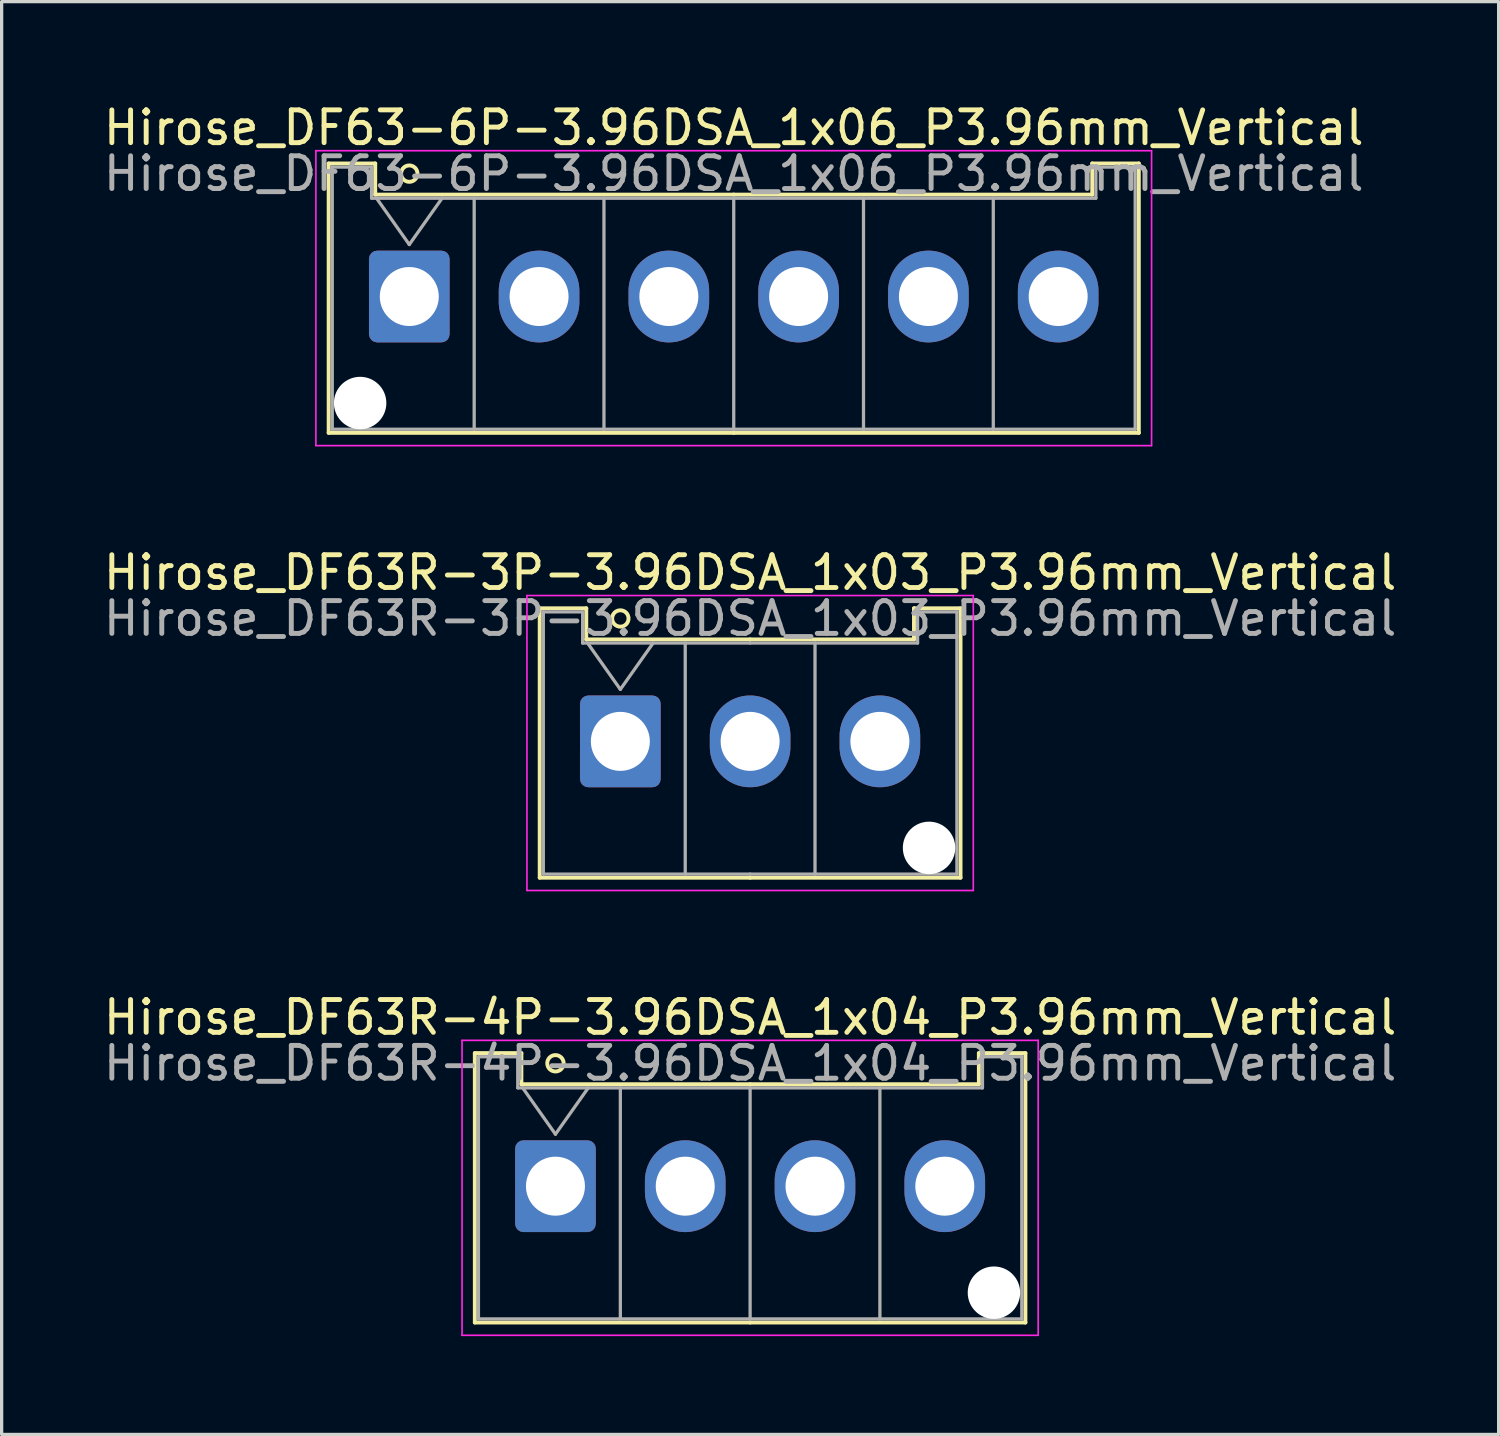
<source format=kicad_pcb>
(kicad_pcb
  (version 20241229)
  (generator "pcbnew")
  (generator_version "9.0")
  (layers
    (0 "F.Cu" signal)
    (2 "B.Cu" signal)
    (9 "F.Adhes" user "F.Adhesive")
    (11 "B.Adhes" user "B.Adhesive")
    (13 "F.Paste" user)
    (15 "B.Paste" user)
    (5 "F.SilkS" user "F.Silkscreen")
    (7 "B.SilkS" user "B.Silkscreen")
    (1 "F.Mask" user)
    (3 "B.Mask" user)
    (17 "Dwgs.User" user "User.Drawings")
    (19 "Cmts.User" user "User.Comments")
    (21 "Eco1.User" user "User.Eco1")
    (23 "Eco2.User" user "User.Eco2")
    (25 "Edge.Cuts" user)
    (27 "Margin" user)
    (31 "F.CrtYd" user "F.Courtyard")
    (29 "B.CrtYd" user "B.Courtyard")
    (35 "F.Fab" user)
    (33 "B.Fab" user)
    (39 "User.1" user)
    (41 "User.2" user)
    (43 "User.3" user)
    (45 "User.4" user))
  (footprint "Hirose_DF63-6P-3.96DSA_1x06_P3.96mm_Vertical"
    (layer "F.Cu")
    (at 9.439 5.998)
    (property "Reference" "Hirose_DF63-6P-3.96DSA_1x06_P3.96mm_Vertical" (at 9.9 -5.15 0) (layer "F.SilkS") (effects (font (size 1 1) (thickness 0.15))))
    (attr through_hole)
    (fp_line (start -2.46 -4.06) (end -1.04 -4.06) (stroke (width 0.12) (type solid)) (layer "F.SilkS"))
    (fp_line (start -2.46 4.16) (end -2.46 -4.06) (stroke (width 0.12) (type solid)) (layer "F.SilkS"))
    (fp_line (start -1.04 -4.06) (end -1.04 -3.11) (stroke (width 0.12) (type solid)) (layer "F.SilkS"))
    (fp_line (start -1.04 -3.11) (end 9.9 -3.11) (stroke (width 0.12) (type solid)) (layer "F.SilkS"))
    (fp_line (start 9.9 4.16) (end -2.46 4.16) (stroke (width 0.12) (type solid)) (layer "F.SilkS"))
    (fp_line (start 9.9 4.16) (end 22.26 4.16) (stroke (width 0.12) (type solid)) (layer "F.SilkS"))
    (fp_line (start 20.84 -4.06) (end 20.84 -3.11) (stroke (width 0.12) (type solid)) (layer "F.SilkS"))
    (fp_line (start 20.84 -3.11) (end 9.9 -3.11) (stroke (width 0.12) (type solid)) (layer "F.SilkS"))
    (fp_line (start 22.26 -4.06) (end 20.84 -4.06) (stroke (width 0.12) (type solid)) (layer "F.SilkS"))
    (fp_line (start 22.26 4.16) (end 22.26 -4.06) (stroke (width 0.12) (type solid)) (layer "F.SilkS"))
    (fp_circle (center 0 -3.75) (end 0.25 -3.75) (stroke (width 0.12) (type solid)) (fill no) (layer "F.SilkS"))
    (fp_line (start -2.85 -4.45) (end -2.85 4.55) (stroke (width 0.05) (type solid)) (layer "F.CrtYd"))
    (fp_line (start -2.85 4.55) (end 22.65 4.55) (stroke (width 0.05) (type solid)) (layer "F.CrtYd"))
    (fp_line (start 22.65 -4.45) (end -2.85 -4.45) (stroke (width 0.05) (type solid)) (layer "F.CrtYd"))
    (fp_line (start 22.65 4.55) (end 22.65 -4.45) (stroke (width 0.05) (type solid)) (layer "F.CrtYd"))
    (fp_line (start -2.35 -3.95) (end -1.15 -3.95) (stroke (width 0.1) (type solid)) (layer "F.Fab"))
    (fp_line (start -2.35 4.05) (end -2.35 -3.95) (stroke (width 0.1) (type solid)) (layer "F.Fab"))
    (fp_line (start -1.15 -3.95) (end -1.15 -3) (stroke (width 0.1) (type solid)) (layer "F.Fab"))
    (fp_line (start -1.15 -3) (end 9.9 -3) (stroke (width 0.1) (type solid)) (layer "F.Fab"))
    (fp_line (start -1 -3) (end 0 -1.586) (stroke (width 0.1) (type solid)) (layer "F.Fab"))
    (fp_line (start 0 -1.586) (end 1 -3) (stroke (width 0.1) (type solid)) (layer "F.Fab"))
    (fp_line (start 1.98 -3) (end 1.98 4.05) (stroke (width 0.1) (type solid)) (layer "F.Fab"))
    (fp_line (start 5.94 -3) (end 5.94 4.05) (stroke (width 0.1) (type solid)) (layer "F.Fab"))
    (fp_line (start 9.9 -3) (end 9.9 4.05) (stroke (width 0.1) (type solid)) (layer "F.Fab"))
    (fp_line (start 9.9 4.05) (end -2.35 4.05) (stroke (width 0.1) (type solid)) (layer "F.Fab"))
    (fp_line (start 9.9 4.05) (end 22.15 4.05) (stroke (width 0.1) (type solid)) (layer "F.Fab"))
    (fp_line (start 13.86 -3) (end 13.86 4.05) (stroke (width 0.1) (type solid)) (layer "F.Fab"))
    (fp_line (start 17.82 -3) (end 17.82 4.05) (stroke (width 0.1) (type solid)) (layer "F.Fab"))
    (fp_line (start 20.95 -3.95) (end 20.95 -3) (stroke (width 0.1) (type solid)) (layer "F.Fab"))
    (fp_line (start 20.95 -3) (end 9.9 -3) (stroke (width 0.1) (type solid)) (layer "F.Fab"))
    (fp_line (start 22.15 -3.95) (end 20.95 -3.95) (stroke (width 0.1) (type solid)) (layer "F.Fab"))
    (fp_line (start 22.15 4.05) (end 22.15 -3.95) (stroke (width 0.1) (type solid)) (layer "F.Fab"))
    (fp_text user "${REFERENCE}" (at 9.9 -3.75 0) (layer "F.Fab") (effects (font (size 1 1) (thickness 0.15))))
    (pad "" np_thru_hole circle (at -1.5 3.25) (size 1.6 1.6) (drill 1.6) (layers "*.Cu" "*.Mask"))
    (pad "1" thru_hole roundrect (at 0 0) (size 2.46 2.8) (drill 1.8) (layers "*.Cu" "*.Mask") (roundrect_rratio 0.102))
    (pad "2" thru_hole oval (at 3.96 0) (size 2.46 2.8) (drill 1.8) (layers "*.Cu" "*.Mask"))
    (pad "3" thru_hole oval (at 7.92 0) (size 2.46 2.8) (drill 1.8) (layers "*.Cu" "*.Mask"))
    (pad "4" thru_hole oval (at 11.88 0) (size 2.46 2.8) (drill 1.8) (layers "*.Cu" "*.Mask"))
    (pad "5" thru_hole oval (at 15.84 0) (size 2.46 2.8) (drill 1.8) (layers "*.Cu" "*.Mask"))
    (pad "6" thru_hole oval (at 19.8 0) (size 2.46 2.8) (drill 1.8) (layers "*.Cu" "*.Mask")))
  (footprint "Hirose_DF63R-3P-3.96DSA_1x03_P3.96mm_Vertical"
    (layer "F.Cu")
    (at 15.879 19.572)
    (property "Reference" "Hirose_DF63R-3P-3.96DSA_1x03_P3.96mm_Vertical" (at 3.96 -5.15 0) (layer "F.SilkS") (effects (font (size 1 1) (thickness 0.15))))
    (attr through_hole)
    (fp_line (start -2.46 -4.06) (end -1.04 -4.06) (stroke (width 0.12) (type solid)) (layer "F.SilkS"))
    (fp_line (start -2.46 4.16) (end -2.46 -4.06) (stroke (width 0.12) (type solid)) (layer "F.SilkS"))
    (fp_line (start -1.04 -4.06) (end -1.04 -3.11) (stroke (width 0.12) (type solid)) (layer "F.SilkS"))
    (fp_line (start -1.04 -3.11) (end 3.96 -3.11) (stroke (width 0.12) (type solid)) (layer "F.SilkS"))
    (fp_line (start 3.96 4.16) (end -2.46 4.16) (stroke (width 0.12) (type solid)) (layer "F.SilkS"))
    (fp_line (start 3.96 4.16) (end 10.38 4.16) (stroke (width 0.12) (type solid)) (layer "F.SilkS"))
    (fp_line (start 8.96 -4.06) (end 8.96 -3.11) (stroke (width 0.12) (type solid)) (layer "F.SilkS"))
    (fp_line (start 8.96 -3.11) (end 3.96 -3.11) (stroke (width 0.12) (type solid)) (layer "F.SilkS"))
    (fp_line (start 10.38 -4.06) (end 8.96 -4.06) (stroke (width 0.12) (type solid)) (layer "F.SilkS"))
    (fp_line (start 10.38 4.16) (end 10.38 -4.06) (stroke (width 0.12) (type solid)) (layer "F.SilkS"))
    (fp_circle (center 0 -3.75) (end 0.25 -3.75) (stroke (width 0.12) (type solid)) (fill no) (layer "F.SilkS"))
    (fp_line (start -2.85 -4.45) (end -2.85 4.55) (stroke (width 0.05) (type solid)) (layer "F.CrtYd"))
    (fp_line (start -2.85 4.55) (end 10.77 4.55) (stroke (width 0.05) (type solid)) (layer "F.CrtYd"))
    (fp_line (start 10.77 -4.45) (end -2.85 -4.45) (stroke (width 0.05) (type solid)) (layer "F.CrtYd"))
    (fp_line (start 10.77 4.55) (end 10.77 -4.45) (stroke (width 0.05) (type solid)) (layer "F.CrtYd"))
    (fp_line (start -2.35 -3.95) (end -1.15 -3.95) (stroke (width 0.1) (type solid)) (layer "F.Fab"))
    (fp_line (start -2.35 4.05) (end -2.35 -3.95) (stroke (width 0.1) (type solid)) (layer "F.Fab"))
    (fp_line (start -1.15 -3.95) (end -1.15 -3) (stroke (width 0.1) (type solid)) (layer "F.Fab"))
    (fp_line (start -1.15 -3) (end 3.96 -3) (stroke (width 0.1) (type solid)) (layer "F.Fab"))
    (fp_line (start -1 -3) (end 0 -1.586) (stroke (width 0.1) (type solid)) (layer "F.Fab"))
    (fp_line (start 0 -1.586) (end 1 -3) (stroke (width 0.1) (type solid)) (layer "F.Fab"))
    (fp_line (start 1.98 -3) (end 1.98 4.05) (stroke (width 0.1) (type solid)) (layer "F.Fab"))
    (fp_line (start 3.96 4.05) (end -2.35 4.05) (stroke (width 0.1) (type solid)) (layer "F.Fab"))
    (fp_line (start 3.96 4.05) (end 10.27 4.05) (stroke (width 0.1) (type solid)) (layer "F.Fab"))
    (fp_line (start 5.94 -3) (end 5.94 4.05) (stroke (width 0.1) (type solid)) (layer "F.Fab"))
    (fp_line (start 9.07 -3.95) (end 9.07 -3) (stroke (width 0.1) (type solid)) (layer "F.Fab"))
    (fp_line (start 9.07 -3) (end 3.96 -3) (stroke (width 0.1) (type solid)) (layer "F.Fab"))
    (fp_line (start 10.27 -3.95) (end 9.07 -3.95) (stroke (width 0.1) (type solid)) (layer "F.Fab"))
    (fp_line (start 10.27 4.05) (end 10.27 -3.95) (stroke (width 0.1) (type solid)) (layer "F.Fab"))
    (fp_text user "${REFERENCE}" (at 3.96 -3.75 0) (layer "F.Fab") (effects (font (size 1 1) (thickness 0.15))))
    (pad "" np_thru_hole circle (at 9.42 3.25) (size 1.6 1.6) (drill 1.6) (layers "*.Cu" "*.Mask"))
    (pad "1" thru_hole roundrect (at 0 0) (size 2.46 2.8) (drill 1.8) (layers "*.Cu" "*.Mask") (roundrect_rratio 0.102))
    (pad "2" thru_hole oval (at 3.96 0) (size 2.46 2.8) (drill 1.8) (layers "*.Cu" "*.Mask"))
    (pad "3" thru_hole oval (at 7.92 0) (size 2.46 2.8) (drill 1.8) (layers "*.Cu" "*.Mask")))
  (footprint "Hirose_DF63R-4P-3.96DSA_1x04_P3.96mm_Vertical"
    (layer "F.Cu")
    (at 13.899 33.145)
    (property "Reference" "Hirose_DF63R-4P-3.96DSA_1x04_P3.96mm_Vertical" (at 5.94 -5.15 0) (layer "F.SilkS") (effects (font (size 1 1) (thickness 0.15))))
    (attr through_hole)
    (fp_line (start -2.46 -4.06) (end -1.04 -4.06) (stroke (width 0.12) (type solid)) (layer "F.SilkS"))
    (fp_line (start -2.46 4.16) (end -2.46 -4.06) (stroke (width 0.12) (type solid)) (layer "F.SilkS"))
    (fp_line (start -1.04 -4.06) (end -1.04 -3.11) (stroke (width 0.12) (type solid)) (layer "F.SilkS"))
    (fp_line (start -1.04 -3.11) (end 5.94 -3.11) (stroke (width 0.12) (type solid)) (layer "F.SilkS"))
    (fp_line (start 5.94 4.16) (end -2.46 4.16) (stroke (width 0.12) (type solid)) (layer "F.SilkS"))
    (fp_line (start 5.94 4.16) (end 14.34 4.16) (stroke (width 0.12) (type solid)) (layer "F.SilkS"))
    (fp_line (start 12.92 -4.06) (end 12.92 -3.11) (stroke (width 0.12) (type solid)) (layer "F.SilkS"))
    (fp_line (start 12.92 -3.11) (end 5.94 -3.11) (stroke (width 0.12) (type solid)) (layer "F.SilkS"))
    (fp_line (start 14.34 -4.06) (end 12.92 -4.06) (stroke (width 0.12) (type solid)) (layer "F.SilkS"))
    (fp_line (start 14.34 4.16) (end 14.34 -4.06) (stroke (width 0.12) (type solid)) (layer "F.SilkS"))
    (fp_circle (center 0 -3.75) (end 0.25 -3.75) (stroke (width 0.12) (type solid)) (fill no) (layer "F.SilkS"))
    (fp_line (start -2.85 -4.45) (end -2.85 4.55) (stroke (width 0.05) (type solid)) (layer "F.CrtYd"))
    (fp_line (start -2.85 4.55) (end 14.73 4.55) (stroke (width 0.05) (type solid)) (layer "F.CrtYd"))
    (fp_line (start 14.73 -4.45) (end -2.85 -4.45) (stroke (width 0.05) (type solid)) (layer "F.CrtYd"))
    (fp_line (start 14.73 4.55) (end 14.73 -4.45) (stroke (width 0.05) (type solid)) (layer "F.CrtYd"))
    (fp_line (start -2.35 -3.95) (end -1.15 -3.95) (stroke (width 0.1) (type solid)) (layer "F.Fab"))
    (fp_line (start -2.35 4.05) (end -2.35 -3.95) (stroke (width 0.1) (type solid)) (layer "F.Fab"))
    (fp_line (start -1.15 -3.95) (end -1.15 -3) (stroke (width 0.1) (type solid)) (layer "F.Fab"))
    (fp_line (start -1.15 -3) (end 5.94 -3) (stroke (width 0.1) (type solid)) (layer "F.Fab"))
    (fp_line (start -1 -3) (end 0 -1.586) (stroke (width 0.1) (type solid)) (layer "F.Fab"))
    (fp_line (start 0 -1.586) (end 1 -3) (stroke (width 0.1) (type solid)) (layer "F.Fab"))
    (fp_line (start 1.98 -3) (end 1.98 4.05) (stroke (width 0.1) (type solid)) (layer "F.Fab"))
    (fp_line (start 5.94 -3) (end 5.94 4.05) (stroke (width 0.1) (type solid)) (layer "F.Fab"))
    (fp_line (start 5.94 4.05) (end -2.35 4.05) (stroke (width 0.1) (type solid)) (layer "F.Fab"))
    (fp_line (start 5.94 4.05) (end 14.23 4.05) (stroke (width 0.1) (type solid)) (layer "F.Fab"))
    (fp_line (start 9.9 -3) (end 9.9 4.05) (stroke (width 0.1) (type solid)) (layer "F.Fab"))
    (fp_line (start 13.03 -3.95) (end 13.03 -3) (stroke (width 0.1) (type solid)) (layer "F.Fab"))
    (fp_line (start 13.03 -3) (end 5.94 -3) (stroke (width 0.1) (type solid)) (layer "F.Fab"))
    (fp_line (start 14.23 -3.95) (end 13.03 -3.95) (stroke (width 0.1) (type solid)) (layer "F.Fab"))
    (fp_line (start 14.23 4.05) (end 14.23 -3.95) (stroke (width 0.1) (type solid)) (layer "F.Fab"))
    (fp_text user "${REFERENCE}" (at 5.94 -3.75 0) (layer "F.Fab") (effects (font (size 1 1) (thickness 0.15))))
    (pad "" np_thru_hole circle (at 13.38 3.25) (size 1.6 1.6) (drill 1.6) (layers "*.Cu" "*.Mask"))
    (pad "1" thru_hole roundrect (at 0 0) (size 2.46 2.8) (drill 1.8) (layers "*.Cu" "*.Mask") (roundrect_rratio 0.102))
    (pad "2" thru_hole oval (at 3.96 0) (size 2.46 2.8) (drill 1.8) (layers "*.Cu" "*.Mask"))
    (pad "3" thru_hole oval (at 7.92 0) (size 2.46 2.8) (drill 1.8) (layers "*.Cu" "*.Mask"))
    (pad "4" thru_hole oval (at 11.88 0) (size 2.46 2.8) (drill 1.8) (layers "*.Cu" "*.Mask")))
  (gr_rect
    (start -3 -3)
    (end 42.679 40.72)
    (stroke (width 0.1) (type default))
    (fill no)
    (layer "Edge.Cuts")))
</source>
